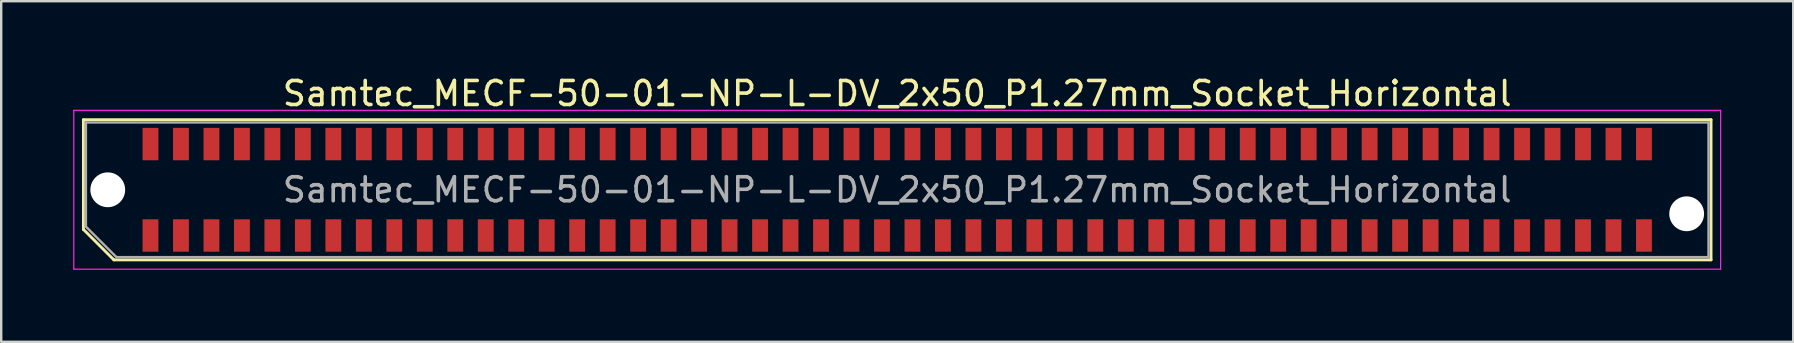
<source format=kicad_pcb>
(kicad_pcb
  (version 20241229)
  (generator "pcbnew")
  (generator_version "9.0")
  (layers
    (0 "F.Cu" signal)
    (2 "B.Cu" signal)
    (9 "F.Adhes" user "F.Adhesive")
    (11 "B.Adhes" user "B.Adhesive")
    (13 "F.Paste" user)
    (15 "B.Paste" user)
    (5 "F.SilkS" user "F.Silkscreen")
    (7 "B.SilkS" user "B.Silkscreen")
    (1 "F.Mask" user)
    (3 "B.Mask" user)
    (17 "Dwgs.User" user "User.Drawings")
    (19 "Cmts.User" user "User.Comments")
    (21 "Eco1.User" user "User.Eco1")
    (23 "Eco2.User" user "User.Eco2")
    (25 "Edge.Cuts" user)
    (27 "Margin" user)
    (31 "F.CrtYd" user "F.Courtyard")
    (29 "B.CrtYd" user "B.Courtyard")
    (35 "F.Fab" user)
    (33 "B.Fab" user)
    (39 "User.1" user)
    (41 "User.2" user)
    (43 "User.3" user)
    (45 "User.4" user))
  (footprint "Samtec_MECF-50-01-NP-L-DV_2x50_P1.27mm_Socket_Horizontal"
    (layer "F.Cu")
    (at 34.335 4.858)
    (property "Reference" "Samtec_MECF-50-01-NP-L-DV_2x50_P1.27mm_Socket_Horizontal" (at 0 -4.01 0) (layer "F.SilkS") (effects (font (size 1 1) (thickness 0.15))))
    (attr smd)
    (fp_line (start -33.91 -2.92) (end 33.91 -2.92) (stroke (width 0.12) (type solid)) (layer "F.SilkS"))
    (fp_line (start -33.91 1.65) (end -33.91 -2.92) (stroke (width 0.12) (type solid)) (layer "F.SilkS"))
    (fp_line (start -32.64 2.92) (end -33.91 1.65) (stroke (width 0.12) (type solid)) (layer "F.SilkS"))
    (fp_line (start -32.64 2.92) (end 33.91 2.92) (stroke (width 0.12) (type solid)) (layer "F.SilkS"))
    (fp_line (start 33.91 2.92) (end 33.91 -2.92) (stroke (width 0.12) (type solid)) (layer "F.SilkS"))
    (fp_line (start -34.31 -3.31) (end -34.31 3.31) (stroke (width 0.05) (type solid)) (layer "F.CrtYd"))
    (fp_line (start -34.31 3.31) (end 34.31 3.31) (stroke (width 0.05) (type solid)) (layer "F.CrtYd"))
    (fp_line (start 34.31 -3.31) (end -34.31 -3.31) (stroke (width 0.05) (type solid)) (layer "F.CrtYd"))
    (fp_line (start 34.31 3.31) (end 34.31 -3.31) (stroke (width 0.05) (type solid)) (layer "F.CrtYd"))
    (fp_line (start -33.805 -2.805) (end 33.805 -2.805) (stroke (width 0.1) (type solid)) (layer "F.Fab"))
    (fp_line (start -33.805 1.535) (end -33.805 -2.805) (stroke (width 0.1) (type solid)) (layer "F.Fab"))
    (fp_line (start -33.805 1.535) (end -32.535 2.805) (stroke (width 0.1) (type solid)) (layer "F.Fab"))
    (fp_line (start -32.535 2.805) (end 33.805 2.805) (stroke (width 0.1) (type solid)) (layer "F.Fab"))
    (fp_line (start 33.805 2.805) (end 33.805 -2.805) (stroke (width 0.1) (type solid)) (layer "F.Fab"))
    (fp_text user "${REFERENCE}" (at 0 0 0) (layer "F.Fab") (effects (font (size 1 1) (thickness 0.15))))
    (pad "" np_thru_hole circle (at -32.895 0) (size 1.45 1.45) (drill 1.45) (layers "*.Cu" "*.Mask"))
    (pad "" np_thru_hole circle (at 32.895 1) (size 1.45 1.45) (drill 1.45) (layers "*.Cu" "*.Mask"))
    (pad "1" smd rect (at -31.115 1.905) (size 0.66 1.35) (layers "F.Cu" "F.Mask" "F.Paste"))
    (pad "2" smd rect (at -31.115 -1.905) (size 0.66 1.35) (layers "F.Cu" "F.Mask" "F.Paste"))
    (pad "3" smd rect (at -29.845 1.905) (size 0.66 1.35) (layers "F.Cu" "F.Mask" "F.Paste"))
    (pad "4" smd rect (at -29.845 -1.905) (size 0.66 1.35) (layers "F.Cu" "F.Mask" "F.Paste"))
    (pad "5" smd rect (at -28.575 1.905) (size 0.66 1.35) (layers "F.Cu" "F.Mask" "F.Paste"))
    (pad "6" smd rect (at -28.575 -1.905) (size 0.66 1.35) (layers "F.Cu" "F.Mask" "F.Paste"))
    (pad "7" smd rect (at -27.305 1.905) (size 0.66 1.35) (layers "F.Cu" "F.Mask" "F.Paste"))
    (pad "8" smd rect (at -27.305 -1.905) (size 0.66 1.35) (layers "F.Cu" "F.Mask" "F.Paste"))
    (pad "9" smd rect (at -26.035 1.905) (size 0.66 1.35) (layers "F.Cu" "F.Mask" "F.Paste"))
    (pad "10" smd rect (at -26.035 -1.905) (size 0.66 1.35) (layers "F.Cu" "F.Mask" "F.Paste"))
    (pad "11" smd rect (at -24.765 1.905) (size 0.66 1.35) (layers "F.Cu" "F.Mask" "F.Paste"))
    (pad "12" smd rect (at -24.765 -1.905) (size 0.66 1.35) (layers "F.Cu" "F.Mask" "F.Paste"))
    (pad "13" smd rect (at -23.495 1.905) (size 0.66 1.35) (layers "F.Cu" "F.Mask" "F.Paste"))
    (pad "14" smd rect (at -23.495 -1.905) (size 0.66 1.35) (layers "F.Cu" "F.Mask" "F.Paste"))
    (pad "15" smd rect (at -22.225 1.905) (size 0.66 1.35) (layers "F.Cu" "F.Mask" "F.Paste"))
    (pad "16" smd rect (at -22.225 -1.905) (size 0.66 1.35) (layers "F.Cu" "F.Mask" "F.Paste"))
    (pad "17" smd rect (at -20.955 1.905) (size 0.66 1.35) (layers "F.Cu" "F.Mask" "F.Paste"))
    (pad "18" smd rect (at -20.955 -1.905) (size 0.66 1.35) (layers "F.Cu" "F.Mask" "F.Paste"))
    (pad "19" smd rect (at -19.685 1.905) (size 0.66 1.35) (layers "F.Cu" "F.Mask" "F.Paste"))
    (pad "20" smd rect (at -19.685 -1.905) (size 0.66 1.35) (layers "F.Cu" "F.Mask" "F.Paste"))
    (pad "21" smd rect (at -18.415 1.905) (size 0.66 1.35) (layers "F.Cu" "F.Mask" "F.Paste"))
    (pad "22" smd rect (at -18.415 -1.905) (size 0.66 1.35) (layers "F.Cu" "F.Mask" "F.Paste"))
    (pad "23" smd rect (at -17.145 1.905) (size 0.66 1.35) (layers "F.Cu" "F.Mask" "F.Paste"))
    (pad "24" smd rect (at -17.145 -1.905) (size 0.66 1.35) (layers "F.Cu" "F.Mask" "F.Paste"))
    (pad "25" smd rect (at -15.875 1.905) (size 0.66 1.35) (layers "F.Cu" "F.Mask" "F.Paste"))
    (pad "26" smd rect (at -15.875 -1.905) (size 0.66 1.35) (layers "F.Cu" "F.Mask" "F.Paste"))
    (pad "27" smd rect (at -14.605 1.905) (size 0.66 1.35) (layers "F.Cu" "F.Mask" "F.Paste"))
    (pad "28" smd rect (at -14.605 -1.905) (size 0.66 1.35) (layers "F.Cu" "F.Mask" "F.Paste"))
    (pad "29" smd rect (at -13.335 1.905) (size 0.66 1.35) (layers "F.Cu" "F.Mask" "F.Paste"))
    (pad "30" smd rect (at -13.335 -1.905) (size 0.66 1.35) (layers "F.Cu" "F.Mask" "F.Paste"))
    (pad "31" smd rect (at -12.065 1.905) (size 0.66 1.35) (layers "F.Cu" "F.Mask" "F.Paste"))
    (pad "32" smd rect (at -12.065 -1.905) (size 0.66 1.35) (layers "F.Cu" "F.Mask" "F.Paste"))
    (pad "33" smd rect (at -10.795 1.905) (size 0.66 1.35) (layers "F.Cu" "F.Mask" "F.Paste"))
    (pad "34" smd rect (at -10.795 -1.905) (size 0.66 1.35) (layers "F.Cu" "F.Mask" "F.Paste"))
    (pad "35" smd rect (at -9.525 1.905) (size 0.66 1.35) (layers "F.Cu" "F.Mask" "F.Paste"))
    (pad "36" smd rect (at -9.525 -1.905) (size 0.66 1.35) (layers "F.Cu" "F.Mask" "F.Paste"))
    (pad "37" smd rect (at -8.255 1.905) (size 0.66 1.35) (layers "F.Cu" "F.Mask" "F.Paste"))
    (pad "38" smd rect (at -8.255 -1.905) (size 0.66 1.35) (layers "F.Cu" "F.Mask" "F.Paste"))
    (pad "39" smd rect (at -6.985 1.905) (size 0.66 1.35) (layers "F.Cu" "F.Mask" "F.Paste"))
    (pad "40" smd rect (at -6.985 -1.905) (size 0.66 1.35) (layers "F.Cu" "F.Mask" "F.Paste"))
    (pad "41" smd rect (at -5.715 1.905) (size 0.66 1.35) (layers "F.Cu" "F.Mask" "F.Paste"))
    (pad "42" smd rect (at -5.715 -1.905) (size 0.66 1.35) (layers "F.Cu" "F.Mask" "F.Paste"))
    (pad "43" smd rect (at -4.445 1.905) (size 0.66 1.35) (layers "F.Cu" "F.Mask" "F.Paste"))
    (pad "44" smd rect (at -4.445 -1.905) (size 0.66 1.35) (layers "F.Cu" "F.Mask" "F.Paste"))
    (pad "45" smd rect (at -3.175 1.905) (size 0.66 1.35) (layers "F.Cu" "F.Mask" "F.Paste"))
    (pad "46" smd rect (at -3.175 -1.905) (size 0.66 1.35) (layers "F.Cu" "F.Mask" "F.Paste"))
    (pad "47" smd rect (at -1.905 1.905) (size 0.66 1.35) (layers "F.Cu" "F.Mask" "F.Paste"))
    (pad "48" smd rect (at -1.905 -1.905) (size 0.66 1.35) (layers "F.Cu" "F.Mask" "F.Paste"))
    (pad "49" smd rect (at -0.635 1.905) (size 0.66 1.35) (layers "F.Cu" "F.Mask" "F.Paste"))
    (pad "50" smd rect (at -0.635 -1.905) (size 0.66 1.35) (layers "F.Cu" "F.Mask" "F.Paste"))
    (pad "51" smd rect (at 0.635 1.905) (size 0.66 1.35) (layers "F.Cu" "F.Mask" "F.Paste"))
    (pad "52" smd rect (at 0.635 -1.905) (size 0.66 1.35) (layers "F.Cu" "F.Mask" "F.Paste"))
    (pad "53" smd rect (at 1.905 1.905) (size 0.66 1.35) (layers "F.Cu" "F.Mask" "F.Paste"))
    (pad "54" smd rect (at 1.905 -1.905) (size 0.66 1.35) (layers "F.Cu" "F.Mask" "F.Paste"))
    (pad "55" smd rect (at 3.175 1.905) (size 0.66 1.35) (layers "F.Cu" "F.Mask" "F.Paste"))
    (pad "56" smd rect (at 3.175 -1.905) (size 0.66 1.35) (layers "F.Cu" "F.Mask" "F.Paste"))
    (pad "57" smd rect (at 4.445 1.905) (size 0.66 1.35) (layers "F.Cu" "F.Mask" "F.Paste"))
    (pad "58" smd rect (at 4.445 -1.905) (size 0.66 1.35) (layers "F.Cu" "F.Mask" "F.Paste"))
    (pad "59" smd rect (at 5.715 1.905) (size 0.66 1.35) (layers "F.Cu" "F.Mask" "F.Paste"))
    (pad "60" smd rect (at 5.715 -1.905) (size 0.66 1.35) (layers "F.Cu" "F.Mask" "F.Paste"))
    (pad "61" smd rect (at 6.985 1.905) (size 0.66 1.35) (layers "F.Cu" "F.Mask" "F.Paste"))
    (pad "62" smd rect (at 6.985 -1.905) (size 0.66 1.35) (layers "F.Cu" "F.Mask" "F.Paste"))
    (pad "63" smd rect (at 8.255 1.905) (size 0.66 1.35) (layers "F.Cu" "F.Mask" "F.Paste"))
    (pad "64" smd rect (at 8.255 -1.905) (size 0.66 1.35) (layers "F.Cu" "F.Mask" "F.Paste"))
    (pad "65" smd rect (at 9.525 1.905) (size 0.66 1.35) (layers "F.Cu" "F.Mask" "F.Paste"))
    (pad "66" smd rect (at 9.525 -1.905) (size 0.66 1.35) (layers "F.Cu" "F.Mask" "F.Paste"))
    (pad "67" smd rect (at 10.795 1.905) (size 0.66 1.35) (layers "F.Cu" "F.Mask" "F.Paste"))
    (pad "68" smd rect (at 10.795 -1.905) (size 0.66 1.35) (layers "F.Cu" "F.Mask" "F.Paste"))
    (pad "69" smd rect (at 12.065 1.905) (size 0.66 1.35) (layers "F.Cu" "F.Mask" "F.Paste"))
    (pad "70" smd rect (at 12.065 -1.905) (size 0.66 1.35) (layers "F.Cu" "F.Mask" "F.Paste"))
    (pad "71" smd rect (at 13.335 1.905) (size 0.66 1.35) (layers "F.Cu" "F.Mask" "F.Paste"))
    (pad "72" smd rect (at 13.335 -1.905) (size 0.66 1.35) (layers "F.Cu" "F.Mask" "F.Paste"))
    (pad "73" smd rect (at 14.605 1.905) (size 0.66 1.35) (layers "F.Cu" "F.Mask" "F.Paste"))
    (pad "74" smd rect (at 14.605 -1.905) (size 0.66 1.35) (layers "F.Cu" "F.Mask" "F.Paste"))
    (pad "75" smd rect (at 15.875 1.905) (size 0.66 1.35) (layers "F.Cu" "F.Mask" "F.Paste"))
    (pad "76" smd rect (at 15.875 -1.905) (size 0.66 1.35) (layers "F.Cu" "F.Mask" "F.Paste"))
    (pad "77" smd rect (at 17.145 1.905) (size 0.66 1.35) (layers "F.Cu" "F.Mask" "F.Paste"))
    (pad "78" smd rect (at 17.145 -1.905) (size 0.66 1.35) (layers "F.Cu" "F.Mask" "F.Paste"))
    (pad "79" smd rect (at 18.415 1.905) (size 0.66 1.35) (layers "F.Cu" "F.Mask" "F.Paste"))
    (pad "80" smd rect (at 18.415 -1.905) (size 0.66 1.35) (layers "F.Cu" "F.Mask" "F.Paste"))
    (pad "81" smd rect (at 19.685 1.905) (size 0.66 1.35) (layers "F.Cu" "F.Mask" "F.Paste"))
    (pad "82" smd rect (at 19.685 -1.905) (size 0.66 1.35) (layers "F.Cu" "F.Mask" "F.Paste"))
    (pad "83" smd rect (at 20.955 1.905) (size 0.66 1.35) (layers "F.Cu" "F.Mask" "F.Paste"))
    (pad "84" smd rect (at 20.955 -1.905) (size 0.66 1.35) (layers "F.Cu" "F.Mask" "F.Paste"))
    (pad "85" smd rect (at 22.225 1.905) (size 0.66 1.35) (layers "F.Cu" "F.Mask" "F.Paste"))
    (pad "86" smd rect (at 22.225 -1.905) (size 0.66 1.35) (layers "F.Cu" "F.Mask" "F.Paste"))
    (pad "87" smd rect (at 23.495 1.905) (size 0.66 1.35) (layers "F.Cu" "F.Mask" "F.Paste"))
    (pad "88" smd rect (at 23.495 -1.905) (size 0.66 1.35) (layers "F.Cu" "F.Mask" "F.Paste"))
    (pad "89" smd rect (at 24.765 1.905) (size 0.66 1.35) (layers "F.Cu" "F.Mask" "F.Paste"))
    (pad "90" smd rect (at 24.765 -1.905) (size 0.66 1.35) (layers "F.Cu" "F.Mask" "F.Paste"))
    (pad "91" smd rect (at 26.035 1.905) (size 0.66 1.35) (layers "F.Cu" "F.Mask" "F.Paste"))
    (pad "92" smd rect (at 26.035 -1.905) (size 0.66 1.35) (layers "F.Cu" "F.Mask" "F.Paste"))
    (pad "93" smd rect (at 27.305 1.905) (size 0.66 1.35) (layers "F.Cu" "F.Mask" "F.Paste"))
    (pad "94" smd rect (at 27.305 -1.905) (size 0.66 1.35) (layers "F.Cu" "F.Mask" "F.Paste"))
    (pad "95" smd rect (at 28.575 1.905) (size 0.66 1.35) (layers "F.Cu" "F.Mask" "F.Paste"))
    (pad "96" smd rect (at 28.575 -1.905) (size 0.66 1.35) (layers "F.Cu" "F.Mask" "F.Paste"))
    (pad "97" smd rect (at 29.845 1.905) (size 0.66 1.35) (layers "F.Cu" "F.Mask" "F.Paste"))
    (pad "98" smd rect (at 29.845 -1.905) (size 0.66 1.35) (layers "F.Cu" "F.Mask" "F.Paste"))
    (pad "99" smd rect (at 31.115 1.905) (size 0.66 1.35) (layers "F.Cu" "F.Mask" "F.Paste"))
    (pad "100" smd rect (at 31.115 -1.905) (size 0.66 1.35) (layers "F.Cu" "F.Mask" "F.Paste")))
  (gr_rect
    (start -3 -3)
    (end 71.67 11.193)
    (stroke (width 0.1) (type default))
    (fill no)
    (layer "Edge.Cuts")))
</source>
